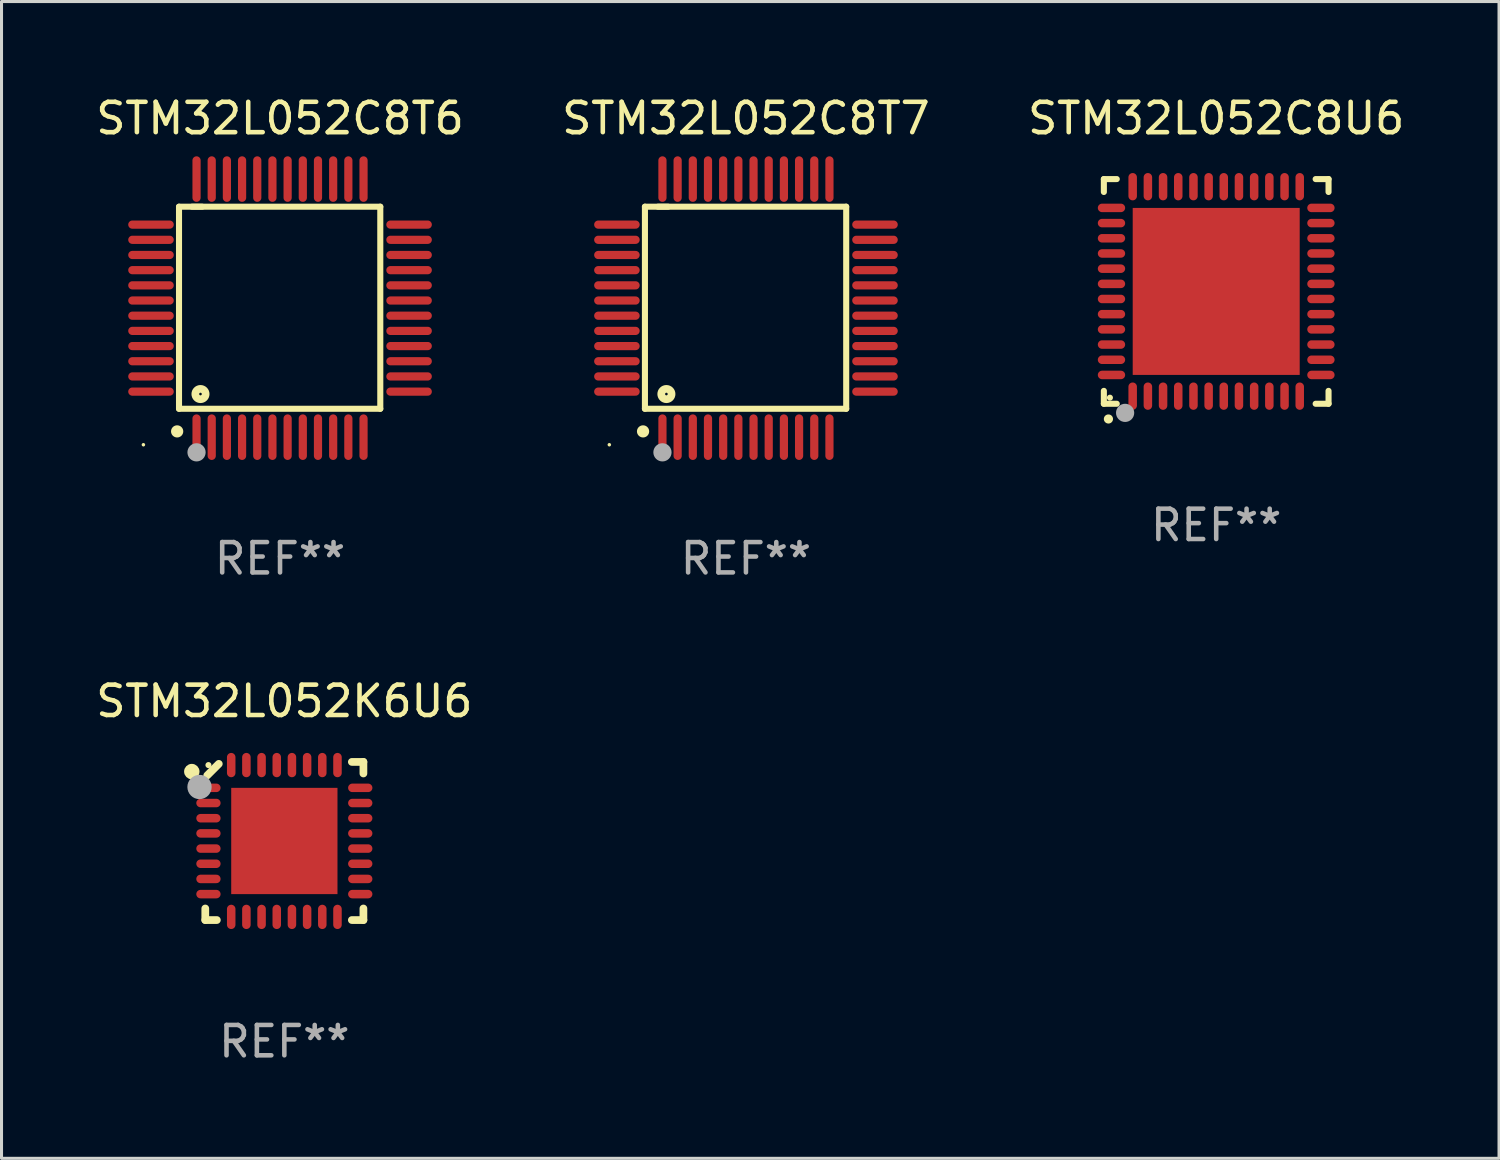
<source format=kicad_pcb>
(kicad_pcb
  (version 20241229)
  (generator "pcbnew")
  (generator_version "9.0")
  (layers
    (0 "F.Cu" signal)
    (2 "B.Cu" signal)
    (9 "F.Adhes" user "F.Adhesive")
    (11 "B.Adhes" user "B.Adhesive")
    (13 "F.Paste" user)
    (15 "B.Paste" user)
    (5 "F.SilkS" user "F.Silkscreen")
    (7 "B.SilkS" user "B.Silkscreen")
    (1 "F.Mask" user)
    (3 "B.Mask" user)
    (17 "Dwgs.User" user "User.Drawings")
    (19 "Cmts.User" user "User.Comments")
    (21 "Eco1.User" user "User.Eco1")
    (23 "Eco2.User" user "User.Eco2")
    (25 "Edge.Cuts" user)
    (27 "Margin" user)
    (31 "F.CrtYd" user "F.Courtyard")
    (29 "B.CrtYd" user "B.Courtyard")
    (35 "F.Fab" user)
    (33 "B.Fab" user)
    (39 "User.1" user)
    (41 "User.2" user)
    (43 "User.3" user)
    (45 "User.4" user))
  (footprint "STM32L052K6U6"
    (layer "F.Cu")
    (at 6.315 24.648)
    (property "Reference" "STM32L052K6U6" (at 0 -4.604 0) (layer "F.SilkS") (effects (font (size 1 1) (thickness 0.15))))
    (attr through_hole)
    (fp_line (start -2.604 2.223) (end -2.604 2.604) (stroke (width 0.254) (type solid)) (layer "F.SilkS"))
    (fp_line (start -2.604 2.604) (end -2.223 2.604) (stroke (width 0.254) (type solid)) (layer "F.SilkS"))
    (fp_line (start -2.159 -2.54) (end -2.54 -2.159) (stroke (width 0.254) (type solid)) (layer "F.SilkS"))
    (fp_line (start 2.223 2.604) (end 2.604 2.604) (stroke (width 0.254) (type solid)) (layer "F.SilkS"))
    (fp_line (start 2.604 -2.604) (end 2.223 -2.604) (stroke (width 0.254) (type solid)) (layer "F.SilkS"))
    (fp_line (start 2.604 -2.223) (end 2.604 -2.604) (stroke (width 0.254) (type solid)) (layer "F.SilkS"))
    (fp_line (start 2.604 2.604) (end 2.604 2.223) (stroke (width 0.254) (type solid)) (layer "F.SilkS"))
    (fp_circle (center -3.048 -2.286) (end -2.921 -2.286) (stroke (width 0.254) (type solid)) (fill no) (layer "F.SilkS"))
    (fp_circle (center -2.5 -2.5) (end -2.45 -2.5) (stroke (width 0.1) (type solid)) (fill no) (layer "F.SilkS"))
    (fp_circle (center -2.794 -1.778) (end -2.594 -1.778) (stroke (width 0.4) (type solid)) (fill no) (layer "F.Fab"))
    (fp_text user "REF**" (at 0 6.604 0) (layer "F.Fab") (effects (font (size 1 1) (thickness 0.15))))
    (pad "1" smd oval (at -2.5 -1.75) (size 0.8 0.28) (layers "F.Cu" "F.Mask" "F.Paste"))
    (pad "2" smd oval (at -2.5 -1.25) (size 0.8 0.28) (layers "F.Cu" "F.Mask" "F.Paste"))
    (pad "3" smd oval (at -2.5 -0.75) (size 0.8 0.28) (layers "F.Cu" "F.Mask" "F.Paste"))
    (pad "4" smd oval (at -2.5 -0.25) (size 0.8 0.28) (layers "F.Cu" "F.Mask" "F.Paste"))
    (pad "5" smd oval (at -2.5 0.25) (size 0.8 0.28) (layers "F.Cu" "F.Mask" "F.Paste"))
    (pad "6" smd oval (at -2.5 0.75) (size 0.8 0.28) (layers "F.Cu" "F.Mask" "F.Paste"))
    (pad "7" smd oval (at -2.5 1.25) (size 0.8 0.28) (layers "F.Cu" "F.Mask" "F.Paste"))
    (pad "8" smd oval (at -2.5 1.75) (size 0.8 0.28) (layers "F.Cu" "F.Mask" "F.Paste"))
    (pad "9" smd oval (at -1.75 2.5) (size 0.28 0.8) (layers "F.Cu" "F.Mask" "F.Paste"))
    (pad "10" smd oval (at -1.25 2.5) (size 0.28 0.8) (layers "F.Cu" "F.Mask" "F.Paste"))
    (pad "11" smd oval (at -0.75 2.5) (size 0.28 0.8) (layers "F.Cu" "F.Mask" "F.Paste"))
    (pad "12" smd oval (at -0.25 2.5) (size 0.28 0.8) (layers "F.Cu" "F.Mask" "F.Paste"))
    (pad "13" smd oval (at 0.25 2.5) (size 0.28 0.8) (layers "F.Cu" "F.Mask" "F.Paste"))
    (pad "14" smd oval (at 0.75 2.5) (size 0.28 0.8) (layers "F.Cu" "F.Mask" "F.Paste"))
    (pad "15" smd oval (at 1.25 2.5) (size 0.28 0.8) (layers "F.Cu" "F.Mask" "F.Paste"))
    (pad "16" smd oval (at 1.75 2.5) (size 0.28 0.8) (layers "F.Cu" "F.Mask" "F.Paste"))
    (pad "17" smd oval (at 2.5 1.75) (size 0.8 0.28) (layers "F.Cu" "F.Mask" "F.Paste"))
    (pad "18" smd oval (at 2.5 1.25) (size 0.8 0.28) (layers "F.Cu" "F.Mask" "F.Paste"))
    (pad "19" smd oval (at 2.5 0.75) (size 0.8 0.28) (layers "F.Cu" "F.Mask" "F.Paste"))
    (pad "20" smd oval (at 2.5 0.25) (size 0.8 0.28) (layers "F.Cu" "F.Mask" "F.Paste"))
    (pad "21" smd oval (at 2.5 -0.25) (size 0.8 0.28) (layers "F.Cu" "F.Mask" "F.Paste"))
    (pad "22" smd oval (at 2.5 -0.75) (size 0.8 0.28) (layers "F.Cu" "F.Mask" "F.Paste"))
    (pad "23" smd oval (at 2.5 -1.25) (size 0.8 0.28) (layers "F.Cu" "F.Mask" "F.Paste"))
    (pad "24" smd oval (at 2.5 -1.75) (size 0.8 0.28) (layers "F.Cu" "F.Mask" "F.Paste"))
    (pad "25" smd oval (at 1.75 -2.5) (size 0.28 0.8) (layers "F.Cu" "F.Mask" "F.Paste"))
    (pad "26" smd oval (at 1.25 -2.5) (size 0.28 0.8) (layers "F.Cu" "F.Mask" "F.Paste"))
    (pad "27" smd oval (at 0.75 -2.5) (size 0.28 0.8) (layers "F.Cu" "F.Mask" "F.Paste"))
    (pad "28" smd oval (at 0.25 -2.5) (size 0.28 0.8) (layers "F.Cu" "F.Mask" "F.Paste"))
    (pad "29" smd oval (at -0.25 -2.5) (size 0.28 0.8) (layers "F.Cu" "F.Mask" "F.Paste"))
    (pad "30" smd oval (at -0.75 -2.5) (size 0.28 0.8) (layers "F.Cu" "F.Mask" "F.Paste"))
    (pad "31" smd oval (at -1.25 -2.5) (size 0.28 0.8) (layers "F.Cu" "F.Mask" "F.Paste"))
    (pad "32" smd oval (at -1.75 -2.5) (size 0.28 0.8) (layers "F.Cu" "F.Mask" "F.Paste"))
    (pad "33" smd rect (at 0.000076 0.000076) (size 3.5 3.5) (layers "F.Cu" "F.Mask" "F.Paste")))
  (footprint "STM32L052C8U6"
    (layer "F.Cu")
    (at 37.006 6.548)
    (property "Reference" "STM32L052C8U6" (at 0 -5.7 0) (layer "F.SilkS") (effects (font (size 1 1) (thickness 0.15))))
    (attr through_hole)
    (fp_line (start -3.7 -3.7) (end -3.275 -3.7) (stroke (width 0.2) (type solid)) (layer "F.SilkS"))
    (fp_line (start -3.7 -3.275) (end -3.7 -3.7) (stroke (width 0.2) (type solid)) (layer "F.SilkS"))
    (fp_line (start -3.7 3.7) (end -3.7 3.275) (stroke (width 0.2) (type solid)) (layer "F.SilkS"))
    (fp_line (start -3.275 3.7) (end -3.7 3.7) (stroke (width 0.2) (type solid)) (layer "F.SilkS"))
    (fp_line (start 3.7 -3.7) (end 3.275 -3.7) (stroke (width 0.2) (type solid)) (layer "F.SilkS"))
    (fp_line (start 3.7 -3.275) (end 3.7 -3.7) (stroke (width 0.2) (type solid)) (layer "F.SilkS"))
    (fp_line (start 3.7 3.275) (end 3.7 3.7) (stroke (width 0.2) (type solid)) (layer "F.SilkS"))
    (fp_line (start 3.7 3.7) (end 3.275 3.7) (stroke (width 0.2) (type solid)) (layer "F.SilkS"))
    (fp_arc (start -3.550927 4.201168) (mid -3.549657 4.201163) (end -3.548387 4.201168) (stroke (width 0.3) (type solid)) (layer "F.SilkS"))
    (fp_circle (center -3.5 3.5) (end -3.45 3.5) (stroke (width 0.1) (type solid)) (fill no) (layer "F.SilkS"))
    (fp_circle (center -3 4) (end -2.85 4) (stroke (width 0.3) (type solid)) (fill no) (layer "F.Fab"))
    (fp_text user "REF**" (at 0 7.7 0) (layer "F.Fab") (effects (font (size 1 1) (thickness 0.15))))
    (pad "1" smd oval (at -2.751 3.449) (size 0.28 0.9) (layers "F.Cu" "F.Mask" "F.Paste"))
    (pad "2" smd oval (at -2.25 3.449) (size 0.28 0.9) (layers "F.Cu" "F.Mask" "F.Paste"))
    (pad "3" smd oval (at -1.75 3.449) (size 0.28 0.9) (layers "F.Cu" "F.Mask" "F.Paste"))
    (pad "4" smd oval (at -1.25 3.449) (size 0.28 0.9) (layers "F.Cu" "F.Mask" "F.Paste"))
    (pad "5" smd oval (at -0.749 3.449) (size 0.28 0.9) (layers "F.Cu" "F.Mask" "F.Paste"))
    (pad "6" smd oval (at -0.249 3.449) (size 0.28 0.9) (layers "F.Cu" "F.Mask" "F.Paste"))
    (pad "7" smd oval (at 0.249 3.449) (size 0.28 0.9) (layers "F.Cu" "F.Mask" "F.Paste"))
    (pad "8" smd oval (at 0.749 3.449) (size 0.28 0.9) (layers "F.Cu" "F.Mask" "F.Paste"))
    (pad "9" smd oval (at 1.25 3.449) (size 0.28 0.9) (layers "F.Cu" "F.Mask" "F.Paste"))
    (pad "10" smd oval (at 1.75 3.449) (size 0.28 0.9) (layers "F.Cu" "F.Mask" "F.Paste"))
    (pad "11" smd oval (at 2.251 3.449) (size 0.28 0.9) (layers "F.Cu" "F.Mask" "F.Paste"))
    (pad "12" smd oval (at 2.751 3.449) (size 0.28 0.9) (layers "F.Cu" "F.Mask" "F.Paste"))
    (pad "13" smd oval (at 3.449 2.751) (size 0.9 0.28) (layers "F.Cu" "F.Mask" "F.Paste"))
    (pad "14" smd oval (at 3.449 2.251) (size 0.9 0.28) (layers "F.Cu" "F.Mask" "F.Paste"))
    (pad "15" smd oval (at 3.449 1.75) (size 0.9 0.28) (layers "F.Cu" "F.Mask" "F.Paste"))
    (pad "16" smd oval (at 3.449 1.25) (size 0.9 0.28) (layers "F.Cu" "F.Mask" "F.Paste"))
    (pad "17" smd oval (at 3.449 0.749) (size 0.9 0.28) (layers "F.Cu" "F.Mask" "F.Paste"))
    (pad "18" smd oval (at 3.449 0.249) (size 0.9 0.28) (layers "F.Cu" "F.Mask" "F.Paste"))
    (pad "19" smd oval (at 3.449 -0.249) (size 0.9 0.28) (layers "F.Cu" "F.Mask" "F.Paste"))
    (pad "20" smd oval (at 3.449 -0.749) (size 0.9 0.28) (layers "F.Cu" "F.Mask" "F.Paste"))
    (pad "21" smd oval (at 3.449 -1.25) (size 0.9 0.28) (layers "F.Cu" "F.Mask" "F.Paste"))
    (pad "22" smd oval (at 3.449 -1.75) (size 0.9 0.28) (layers "F.Cu" "F.Mask" "F.Paste"))
    (pad "23" smd oval (at 3.449 -2.25) (size 0.9 0.28) (layers "F.Cu" "F.Mask" "F.Paste"))
    (pad "24" smd oval (at 3.449 -2.751) (size 0.9 0.28) (layers "F.Cu" "F.Mask" "F.Paste"))
    (pad "25" smd oval (at 2.751 -3.449) (size 0.28 0.9) (layers "F.Cu" "F.Mask" "F.Paste"))
    (pad "26" smd oval (at 2.251 -3.449) (size 0.28 0.9) (layers "F.Cu" "F.Mask" "F.Paste"))
    (pad "27" smd oval (at 1.75 -3.449) (size 0.28 0.9) (layers "F.Cu" "F.Mask" "F.Paste"))
    (pad "28" smd oval (at 1.25 -3.449) (size 0.28 0.9) (layers "F.Cu" "F.Mask" "F.Paste"))
    (pad "29" smd oval (at 0.749 -3.449) (size 0.28 0.9) (layers "F.Cu" "F.Mask" "F.Paste"))
    (pad "30" smd oval (at 0.249 -3.449) (size 0.28 0.9) (layers "F.Cu" "F.Mask" "F.Paste"))
    (pad "31" smd oval (at -0.249 -3.449) (size 0.28 0.9) (layers "F.Cu" "F.Mask" "F.Paste"))
    (pad "32" smd oval (at -0.749 -3.449) (size 0.28 0.9) (layers "F.Cu" "F.Mask" "F.Paste"))
    (pad "33" smd oval (at -1.25 -3.449) (size 0.28 0.9) (layers "F.Cu" "F.Mask" "F.Paste"))
    (pad "34" smd oval (at -1.75 -3.449) (size 0.28 0.9) (layers "F.Cu" "F.Mask" "F.Paste"))
    (pad "35" smd oval (at -2.25 -3.449) (size 0.28 0.9) (layers "F.Cu" "F.Mask" "F.Paste"))
    (pad "36" smd oval (at -2.751 -3.449) (size 0.28 0.9) (layers "F.Cu" "F.Mask" "F.Paste"))
    (pad "37" smd oval (at -3.449 -2.751) (size 0.9 0.28) (layers "F.Cu" "F.Mask" "F.Paste"))
    (pad "38" smd oval (at -3.449 -2.25) (size 0.9 0.28) (layers "F.Cu" "F.Mask" "F.Paste"))
    (pad "39" smd oval (at -3.449 -1.75) (size 0.9 0.28) (layers "F.Cu" "F.Mask" "F.Paste"))
    (pad "40" smd oval (at -3.449 -1.25) (size 0.9 0.28) (layers "F.Cu" "F.Mask" "F.Paste"))
    (pad "41" smd oval (at -3.449 -0.749) (size 0.9 0.28) (layers "F.Cu" "F.Mask" "F.Paste"))
    (pad "42" smd oval (at -3.449 -0.249) (size 0.9 0.28) (layers "F.Cu" "F.Mask" "F.Paste"))
    (pad "43" smd oval (at -3.449 0.249) (size 0.9 0.28) (layers "F.Cu" "F.Mask" "F.Paste"))
    (pad "44" smd oval (at -3.449 0.749) (size 0.9 0.28) (layers "F.Cu" "F.Mask" "F.Paste"))
    (pad "45" smd oval (at -3.449 1.25) (size 0.9 0.28) (layers "F.Cu" "F.Mask" "F.Paste"))
    (pad "46" smd oval (at -3.449 1.75) (size 0.9 0.28) (layers "F.Cu" "F.Mask" "F.Paste"))
    (pad "47" smd oval (at -3.449 2.251) (size 0.9 0.28) (layers "F.Cu" "F.Mask" "F.Paste"))
    (pad "48" smd oval (at -3.449 2.751) (size 0.9 0.28) (layers "F.Cu" "F.Mask" "F.Paste"))
    (pad "49" smd rect (at 0.000076 0.000076) (size 5.5 5.5) (layers "F.Cu" "F.Mask" "F.Paste")))
  (footprint "STM32L052C8T6"
    (layer "F.Cu")
    (at 6.173 7.098)
    (property "Reference" "STM32L052C8T6" (at 0 -6.25 0) (layer "F.SilkS") (effects (font (size 1 1) (thickness 0.15))))
    (attr through_hole)
    (fp_line (start -3.327 -3.34) (end -2.565 -3.34) (stroke (width 0.2) (type solid)) (layer "F.SilkS"))
    (fp_line (start -3.327 3.315) (end -3.327 -3.34) (stroke (width 0.2) (type solid)) (layer "F.SilkS"))
    (fp_line (start -2.896 -3.34) (end 3.302 -3.34) (stroke (width 0.2) (type solid)) (layer "F.SilkS"))
    (fp_line (start 3.302 -3.34) (end 3.302 3.315) (stroke (width 0.2) (type solid)) (layer "F.SilkS"))
    (fp_line (start 3.302 3.315) (end -3.327 3.315) (stroke (width 0.2) (type solid)) (layer "F.SilkS"))
    (fp_arc (start -3.389992 4.059995) (mid -3.388722 4.059991) (end -3.387452 4.059995) (stroke (width 0.4) (type solid)) (layer "F.SilkS"))
    (fp_circle (center -4.5 4.5) (end -4.47 4.5) (stroke (width 0.06) (type solid)) (fill no) (layer "F.SilkS"))
    (fp_circle (center -2.62 2.83) (end -2.45 2.83) (stroke (width 0.254) (type solid)) (fill no) (layer "F.SilkS"))
    (fp_circle (center -2.75 4.75) (end -2.6 4.75) (stroke (width 0.3) (type solid)) (fill no) (layer "F.Fab"))
    (fp_text user "REF**" (at 0 8.25 0) (layer "F.Fab") (effects (font (size 1 1) (thickness 0.15))))
    (pad "1" smd oval (at -2.75 4.25) (size 0.27 1.5) (layers "F.Cu" "F.Mask" "F.Paste"))
    (pad "2" smd oval (at -2.25 4.25) (size 0.27 1.5) (layers "F.Cu" "F.Mask" "F.Paste"))
    (pad "3" smd oval (at -1.75 4.25) (size 0.27 1.5) (layers "F.Cu" "F.Mask" "F.Paste"))
    (pad "4" smd oval (at -1.25 4.25) (size 0.27 1.5) (layers "F.Cu" "F.Mask" "F.Paste"))
    (pad "5" smd oval (at -0.75 4.25) (size 0.27 1.5) (layers "F.Cu" "F.Mask" "F.Paste"))
    (pad "6" smd oval (at -0.25 4.25) (size 0.27 1.5) (layers "F.Cu" "F.Mask" "F.Paste"))
    (pad "7" smd oval (at 0.25 4.25) (size 0.27 1.5) (layers "F.Cu" "F.Mask" "F.Paste"))
    (pad "8" smd oval (at 0.75 4.25) (size 0.27 1.5) (layers "F.Cu" "F.Mask" "F.Paste"))
    (pad "9" smd oval (at 1.25 4.25) (size 0.27 1.5) (layers "F.Cu" "F.Mask" "F.Paste"))
    (pad "10" smd oval (at 1.75 4.25) (size 0.27 1.5) (layers "F.Cu" "F.Mask" "F.Paste"))
    (pad "11" smd oval (at 2.25 4.25) (size 0.27 1.5) (layers "F.Cu" "F.Mask" "F.Paste"))
    (pad "12" smd oval (at 2.75 4.25) (size 0.27 1.5) (layers "F.Cu" "F.Mask" "F.Paste"))
    (pad "13" smd oval (at 4.25 2.75) (size 1.5 0.27) (layers "F.Cu" "F.Mask" "F.Paste"))
    (pad "14" smd oval (at 4.25 2.25) (size 1.5 0.27) (layers "F.Cu" "F.Mask" "F.Paste"))
    (pad "15" smd oval (at 4.25 1.75) (size 1.5 0.27) (layers "F.Cu" "F.Mask" "F.Paste"))
    (pad "16" smd oval (at 4.25 1.25) (size 1.5 0.27) (layers "F.Cu" "F.Mask" "F.Paste"))
    (pad "17" smd oval (at 4.25 0.75) (size 1.5 0.27) (layers "F.Cu" "F.Mask" "F.Paste"))
    (pad "18" smd oval (at 4.25 0.25) (size 1.5 0.27) (layers "F.Cu" "F.Mask" "F.Paste"))
    (pad "19" smd oval (at 4.25 -0.25) (size 1.5 0.27) (layers "F.Cu" "F.Mask" "F.Paste"))
    (pad "20" smd oval (at 4.25 -0.75) (size 1.5 0.27) (layers "F.Cu" "F.Mask" "F.Paste"))
    (pad "21" smd oval (at 4.25 -1.25) (size 1.5 0.27) (layers "F.Cu" "F.Mask" "F.Paste"))
    (pad "22" smd oval (at 4.25 -1.75) (size 1.5 0.27) (layers "F.Cu" "F.Mask" "F.Paste"))
    (pad "23" smd oval (at 4.25 -2.25) (size 1.5 0.27) (layers "F.Cu" "F.Mask" "F.Paste"))
    (pad "24" smd oval (at 4.25 -2.75) (size 1.5 0.27) (layers "F.Cu" "F.Mask" "F.Paste"))
    (pad "25" smd oval (at 2.75 -4.25) (size 0.27 1.5) (layers "F.Cu" "F.Mask" "F.Paste"))
    (pad "26" smd oval (at 2.25 -4.25) (size 0.27 1.5) (layers "F.Cu" "F.Mask" "F.Paste"))
    (pad "27" smd oval (at 1.75 -4.25) (size 0.27 1.5) (layers "F.Cu" "F.Mask" "F.Paste"))
    (pad "28" smd oval (at 1.25 -4.25) (size 0.27 1.5) (layers "F.Cu" "F.Mask" "F.Paste"))
    (pad "29" smd oval (at 0.75 -4.25) (size 0.27 1.5) (layers "F.Cu" "F.Mask" "F.Paste"))
    (pad "30" smd oval (at 0.25 -4.25) (size 0.27 1.5) (layers "F.Cu" "F.Mask" "F.Paste"))
    (pad "31" smd oval (at -0.25 -4.25) (size 0.27 1.5) (layers "F.Cu" "F.Mask" "F.Paste"))
    (pad "32" smd oval (at -0.75 -4.25) (size 0.27 1.5) (layers "F.Cu" "F.Mask" "F.Paste"))
    (pad "33" smd oval (at -1.25 -4.25) (size 0.27 1.5) (layers "F.Cu" "F.Mask" "F.Paste"))
    (pad "34" smd oval (at -1.75 -4.25) (size 0.27 1.5) (layers "F.Cu" "F.Mask" "F.Paste"))
    (pad "35" smd oval (at -2.25 -4.25) (size 0.27 1.5) (layers "F.Cu" "F.Mask" "F.Paste"))
    (pad "36" smd oval (at -2.75 -4.25) (size 0.27 1.5) (layers "F.Cu" "F.Mask" "F.Paste"))
    (pad "37" smd oval (at -4.25 -2.75) (size 1.5 0.27) (layers "F.Cu" "F.Mask" "F.Paste"))
    (pad "38" smd oval (at -4.25 -2.25) (size 1.5 0.27) (layers "F.Cu" "F.Mask" "F.Paste"))
    (pad "39" smd oval (at -4.25 -1.75) (size 1.5 0.27) (layers "F.Cu" "F.Mask" "F.Paste"))
    (pad "40" smd oval (at -4.25 -1.25) (size 1.5 0.27) (layers "F.Cu" "F.Mask" "F.Paste"))
    (pad "41" smd oval (at -4.25 -0.75) (size 1.5 0.27) (layers "F.Cu" "F.Mask" "F.Paste"))
    (pad "42" smd oval (at -4.25 -0.25) (size 1.5 0.27) (layers "F.Cu" "F.Mask" "F.Paste"))
    (pad "43" smd oval (at -4.25 0.25) (size 1.5 0.27) (layers "F.Cu" "F.Mask" "F.Paste"))
    (pad "44" smd oval (at -4.25 0.75) (size 1.5 0.27) (layers "F.Cu" "F.Mask" "F.Paste"))
    (pad "45" smd oval (at -4.25 1.25) (size 1.5 0.27) (layers "F.Cu" "F.Mask" "F.Paste"))
    (pad "46" smd oval (at -4.25 1.75) (size 1.5 0.27) (layers "F.Cu" "F.Mask" "F.Paste"))
    (pad "47" smd oval (at -4.25 2.25) (size 1.5 0.27) (layers "F.Cu" "F.Mask" "F.Paste"))
    (pad "48" smd oval (at -4.25 2.75) (size 1.5 0.27) (layers "F.Cu" "F.Mask" "F.Paste")))
  (footprint "STM32L052C8T7"
    (layer "F.Cu")
    (at 21.518 7.098)
    (property "Reference" "STM32L052C8T7" (at 0 -6.25 0) (layer "F.SilkS") (effects (font (size 1 1) (thickness 0.15))))
    (attr through_hole)
    (fp_line (start -3.327 -3.34) (end -2.565 -3.34) (stroke (width 0.2) (type solid)) (layer "F.SilkS"))
    (fp_line (start -3.327 3.315) (end -3.327 -3.34) (stroke (width 0.2) (type solid)) (layer "F.SilkS"))
    (fp_line (start -2.896 -3.34) (end 3.302 -3.34) (stroke (width 0.2) (type solid)) (layer "F.SilkS"))
    (fp_line (start 3.302 -3.34) (end 3.302 3.315) (stroke (width 0.2) (type solid)) (layer "F.SilkS"))
    (fp_line (start 3.302 3.315) (end -3.327 3.315) (stroke (width 0.2) (type solid)) (layer "F.SilkS"))
    (fp_arc (start -3.389992 4.059995) (mid -3.388722 4.059991) (end -3.387452 4.059995) (stroke (width 0.4) (type solid)) (layer "F.SilkS"))
    (fp_circle (center -4.5 4.5) (end -4.47 4.5) (stroke (width 0.06) (type solid)) (fill no) (layer "F.SilkS"))
    (fp_circle (center -2.62 2.83) (end -2.45 2.83) (stroke (width 0.254) (type solid)) (fill no) (layer "F.SilkS"))
    (fp_circle (center -2.75 4.75) (end -2.6 4.75) (stroke (width 0.3) (type solid)) (fill no) (layer "F.Fab"))
    (fp_text user "REF**" (at 0 8.25 0) (layer "F.Fab") (effects (font (size 1 1) (thickness 0.15))))
    (pad "1" smd oval (at -2.75 4.25) (size 0.27 1.5) (layers "F.Cu" "F.Mask" "F.Paste"))
    (pad "2" smd oval (at -2.25 4.25) (size 0.27 1.5) (layers "F.Cu" "F.Mask" "F.Paste"))
    (pad "3" smd oval (at -1.75 4.25) (size 0.27 1.5) (layers "F.Cu" "F.Mask" "F.Paste"))
    (pad "4" smd oval (at -1.25 4.25) (size 0.27 1.5) (layers "F.Cu" "F.Mask" "F.Paste"))
    (pad "5" smd oval (at -0.75 4.25) (size 0.27 1.5) (layers "F.Cu" "F.Mask" "F.Paste"))
    (pad "6" smd oval (at -0.25 4.25) (size 0.27 1.5) (layers "F.Cu" "F.Mask" "F.Paste"))
    (pad "7" smd oval (at 0.25 4.25) (size 0.27 1.5) (layers "F.Cu" "F.Mask" "F.Paste"))
    (pad "8" smd oval (at 0.75 4.25) (size 0.27 1.5) (layers "F.Cu" "F.Mask" "F.Paste"))
    (pad "9" smd oval (at 1.25 4.25) (size 0.27 1.5) (layers "F.Cu" "F.Mask" "F.Paste"))
    (pad "10" smd oval (at 1.75 4.25) (size 0.27 1.5) (layers "F.Cu" "F.Mask" "F.Paste"))
    (pad "11" smd oval (at 2.25 4.25) (size 0.27 1.5) (layers "F.Cu" "F.Mask" "F.Paste"))
    (pad "12" smd oval (at 2.75 4.25) (size 0.27 1.5) (layers "F.Cu" "F.Mask" "F.Paste"))
    (pad "13" smd oval (at 4.25 2.75) (size 1.5 0.27) (layers "F.Cu" "F.Mask" "F.Paste"))
    (pad "14" smd oval (at 4.25 2.25) (size 1.5 0.27) (layers "F.Cu" "F.Mask" "F.Paste"))
    (pad "15" smd oval (at 4.25 1.75) (size 1.5 0.27) (layers "F.Cu" "F.Mask" "F.Paste"))
    (pad "16" smd oval (at 4.25 1.25) (size 1.5 0.27) (layers "F.Cu" "F.Mask" "F.Paste"))
    (pad "17" smd oval (at 4.25 0.75) (size 1.5 0.27) (layers "F.Cu" "F.Mask" "F.Paste"))
    (pad "18" smd oval (at 4.25 0.25) (size 1.5 0.27) (layers "F.Cu" "F.Mask" "F.Paste"))
    (pad "19" smd oval (at 4.25 -0.25) (size 1.5 0.27) (layers "F.Cu" "F.Mask" "F.Paste"))
    (pad "20" smd oval (at 4.25 -0.75) (size 1.5 0.27) (layers "F.Cu" "F.Mask" "F.Paste"))
    (pad "21" smd oval (at 4.25 -1.25) (size 1.5 0.27) (layers "F.Cu" "F.Mask" "F.Paste"))
    (pad "22" smd oval (at 4.25 -1.75) (size 1.5 0.27) (layers "F.Cu" "F.Mask" "F.Paste"))
    (pad "23" smd oval (at 4.25 -2.25) (size 1.5 0.27) (layers "F.Cu" "F.Mask" "F.Paste"))
    (pad "24" smd oval (at 4.25 -2.75) (size 1.5 0.27) (layers "F.Cu" "F.Mask" "F.Paste"))
    (pad "25" smd oval (at 2.75 -4.25) (size 0.27 1.5) (layers "F.Cu" "F.Mask" "F.Paste"))
    (pad "26" smd oval (at 2.25 -4.25) (size 0.27 1.5) (layers "F.Cu" "F.Mask" "F.Paste"))
    (pad "27" smd oval (at 1.75 -4.25) (size 0.27 1.5) (layers "F.Cu" "F.Mask" "F.Paste"))
    (pad "28" smd oval (at 1.25 -4.25) (size 0.27 1.5) (layers "F.Cu" "F.Mask" "F.Paste"))
    (pad "29" smd oval (at 0.75 -4.25) (size 0.27 1.5) (layers "F.Cu" "F.Mask" "F.Paste"))
    (pad "30" smd oval (at 0.25 -4.25) (size 0.27 1.5) (layers "F.Cu" "F.Mask" "F.Paste"))
    (pad "31" smd oval (at -0.25 -4.25) (size 0.27 1.5) (layers "F.Cu" "F.Mask" "F.Paste"))
    (pad "32" smd oval (at -0.75 -4.25) (size 0.27 1.5) (layers "F.Cu" "F.Mask" "F.Paste"))
    (pad "33" smd oval (at -1.25 -4.25) (size 0.27 1.5) (layers "F.Cu" "F.Mask" "F.Paste"))
    (pad "34" smd oval (at -1.75 -4.25) (size 0.27 1.5) (layers "F.Cu" "F.Mask" "F.Paste"))
    (pad "35" smd oval (at -2.25 -4.25) (size 0.27 1.5) (layers "F.Cu" "F.Mask" "F.Paste"))
    (pad "36" smd oval (at -2.75 -4.25) (size 0.27 1.5) (layers "F.Cu" "F.Mask" "F.Paste"))
    (pad "37" smd oval (at -4.25 -2.75) (size 1.5 0.27) (layers "F.Cu" "F.Mask" "F.Paste"))
    (pad "38" smd oval (at -4.25 -2.25) (size 1.5 0.27) (layers "F.Cu" "F.Mask" "F.Paste"))
    (pad "39" smd oval (at -4.25 -1.75) (size 1.5 0.27) (layers "F.Cu" "F.Mask" "F.Paste"))
    (pad "40" smd oval (at -4.25 -1.25) (size 1.5 0.27) (layers "F.Cu" "F.Mask" "F.Paste"))
    (pad "41" smd oval (at -4.25 -0.75) (size 1.5 0.27) (layers "F.Cu" "F.Mask" "F.Paste"))
    (pad "42" smd oval (at -4.25 -0.25) (size 1.5 0.27) (layers "F.Cu" "F.Mask" "F.Paste"))
    (pad "43" smd oval (at -4.25 0.25) (size 1.5 0.27) (layers "F.Cu" "F.Mask" "F.Paste"))
    (pad "44" smd oval (at -4.25 0.75) (size 1.5 0.27) (layers "F.Cu" "F.Mask" "F.Paste"))
    (pad "45" smd oval (at -4.25 1.25) (size 1.5 0.27) (layers "F.Cu" "F.Mask" "F.Paste"))
    (pad "46" smd oval (at -4.25 1.75) (size 1.5 0.27) (layers "F.Cu" "F.Mask" "F.Paste"))
    (pad "47" smd oval (at -4.25 2.25) (size 1.5 0.27) (layers "F.Cu" "F.Mask" "F.Paste"))
    (pad "48" smd oval (at -4.25 2.75) (size 1.5 0.27) (layers "F.Cu" "F.Mask" "F.Paste")))
  (gr_rect
    (start -3 -3)
    (end 46.321 35.1)
    (stroke (width 0.1) (type default))
    (fill no)
    (layer "Edge.Cuts")))
</source>
